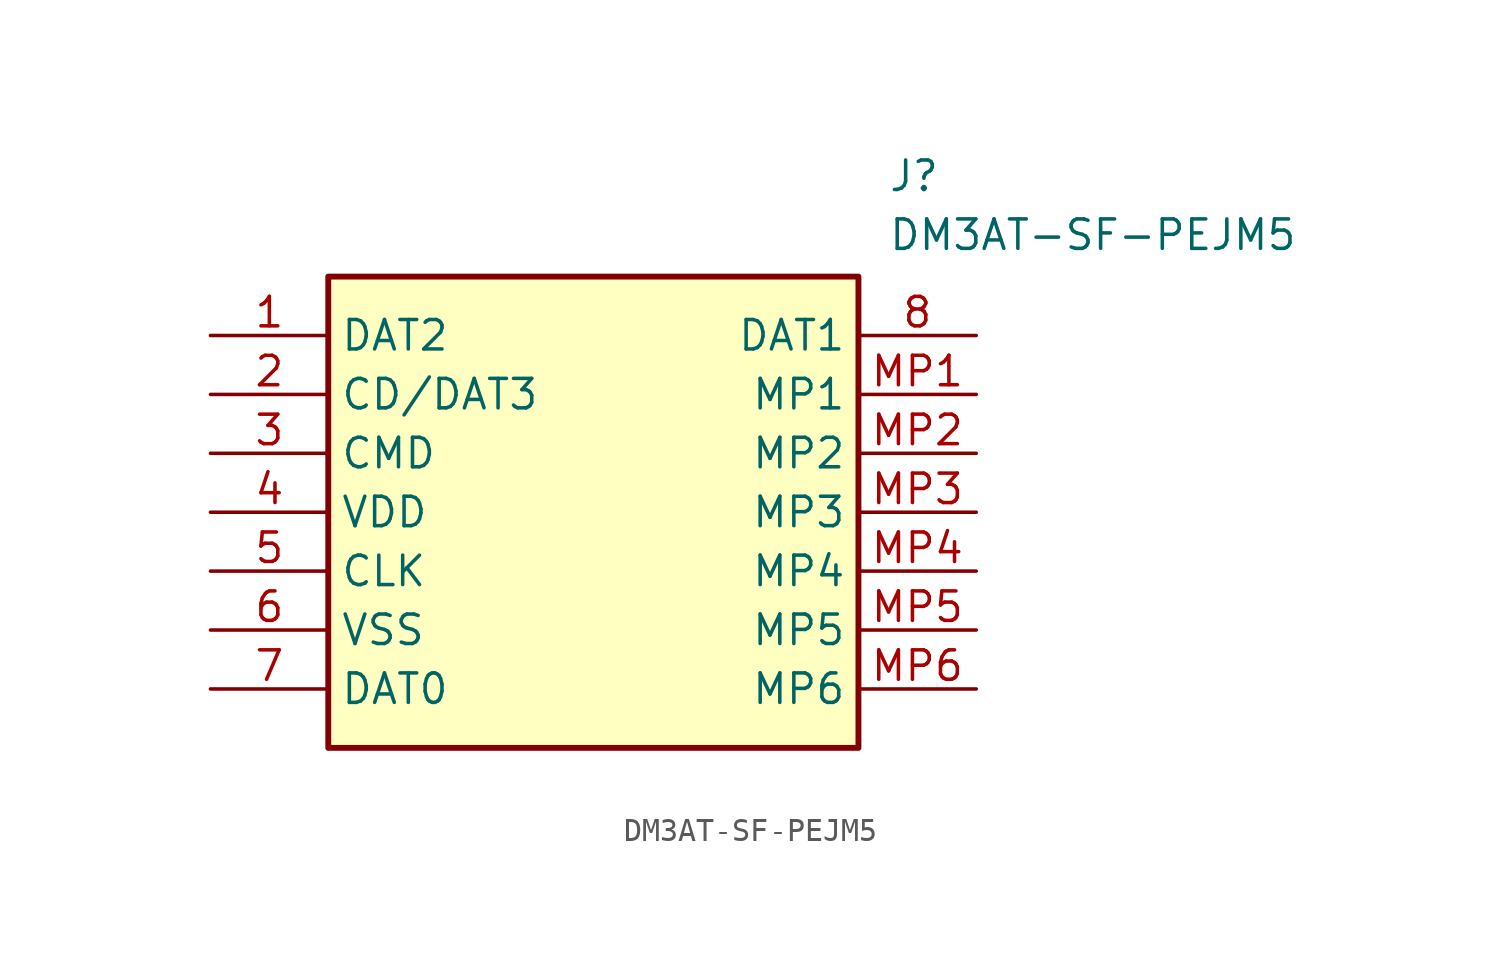
<source format=kicad_sym>
(kicad_symbol_lib
  (version 20211014)
  (generator SamacSys_ECAD_Model)
  (symbol "DM3AT-SF-PEJM5"
    (property "Reference" "J"
      (at 29.21 7.62 0)
      (effects (font (size 1.27 1.27)) (justify left top)))
    (property "Value" "DM3AT-SF-PEJM5"
      (at 29.21 5.08 0)
      (effects (font (size 1.27 1.27)) (justify left top)))
    (rectangle
      (start 5.08 2.54)
      (end 27.94 -17.78)
      (stroke (width 0.254) (type default))
      (fill (type background)))
    (pin passive line
      (at 0 0 0)
      (length 5.08)
      (name "DAT2" (effects (font (size 1.27 1.27))))
      (number "1" (effects (font (size 1.27 1.27)))))
    (pin passive line
      (at 0 -2.54 0)
      (length 5.08)
      (name "CD/DAT3" (effects (font (size 1.27 1.27))))
      (number "2" (effects (font (size 1.27 1.27)))))
    (pin passive line
      (at 0 -5.08 0)
      (length 5.08)
      (name "CMD" (effects (font (size 1.27 1.27))))
      (number "3" (effects (font (size 1.27 1.27)))))
    (pin passive line
      (at 0 -7.62 0)
      (length 5.08)
      (name "VDD" (effects (font (size 1.27 1.27))))
      (number "4" (effects (font (size 1.27 1.27)))))
    (pin passive line
      (at 0 -10.16 0)
      (length 5.08)
      (name "CLK" (effects (font (size 1.27 1.27))))
      (number "5" (effects (font (size 1.27 1.27)))))
    (pin passive line
      (at 0 -12.7 0)
      (length 5.08)
      (name "VSS" (effects (font (size 1.27 1.27))))
      (number "6" (effects (font (size 1.27 1.27)))))
    (pin passive line
      (at 0 -15.24 0)
      (length 5.08)
      (name "DAT0" (effects (font (size 1.27 1.27))))
      (number "7" (effects (font (size 1.27 1.27)))))
    (pin passive line
      (at 33.02 0 180)
      (length 5.08)
      (name "DAT1" (effects (font (size 1.27 1.27))))
      (number "8" (effects (font (size 1.27 1.27)))))
    (pin passive line
      (at 33.02 -2.54 180)
      (length 5.08)
      (name "MP1" (effects (font (size 1.27 1.27))))
      (number "MP1" (effects (font (size 1.27 1.27)))))
    (pin passive line
      (at 33.02 -5.08 180)
      (length 5.08)
      (name "MP2" (effects (font (size 1.27 1.27))))
      (number "MP2" (effects (font (size 1.27 1.27)))))
    (pin passive line
      (at 33.02 -7.62 180)
      (length 5.08)
      (name "MP3" (effects (font (size 1.27 1.27))))
      (number "MP3" (effects (font (size 1.27 1.27)))))
    (pin passive line
      (at 33.02 -10.16 180)
      (length 5.08)
      (name "MP4" (effects (font (size 1.27 1.27))))
      (number "MP4" (effects (font (size 1.27 1.27)))))
    (pin passive line
      (at 33.02 -12.7 180)
      (length 5.08)
      (name "MP5" (effects (font (size 1.27 1.27))))
      (number "MP5" (effects (font (size 1.27 1.27)))))
    (pin passive line
      (at 33.02 -15.24 180)
      (length 5.08)
      (name "MP6" (effects (font (size 1.27 1.27))))
      (number "MP6" (effects (font (size 1.27 1.27)))))))
</source>
